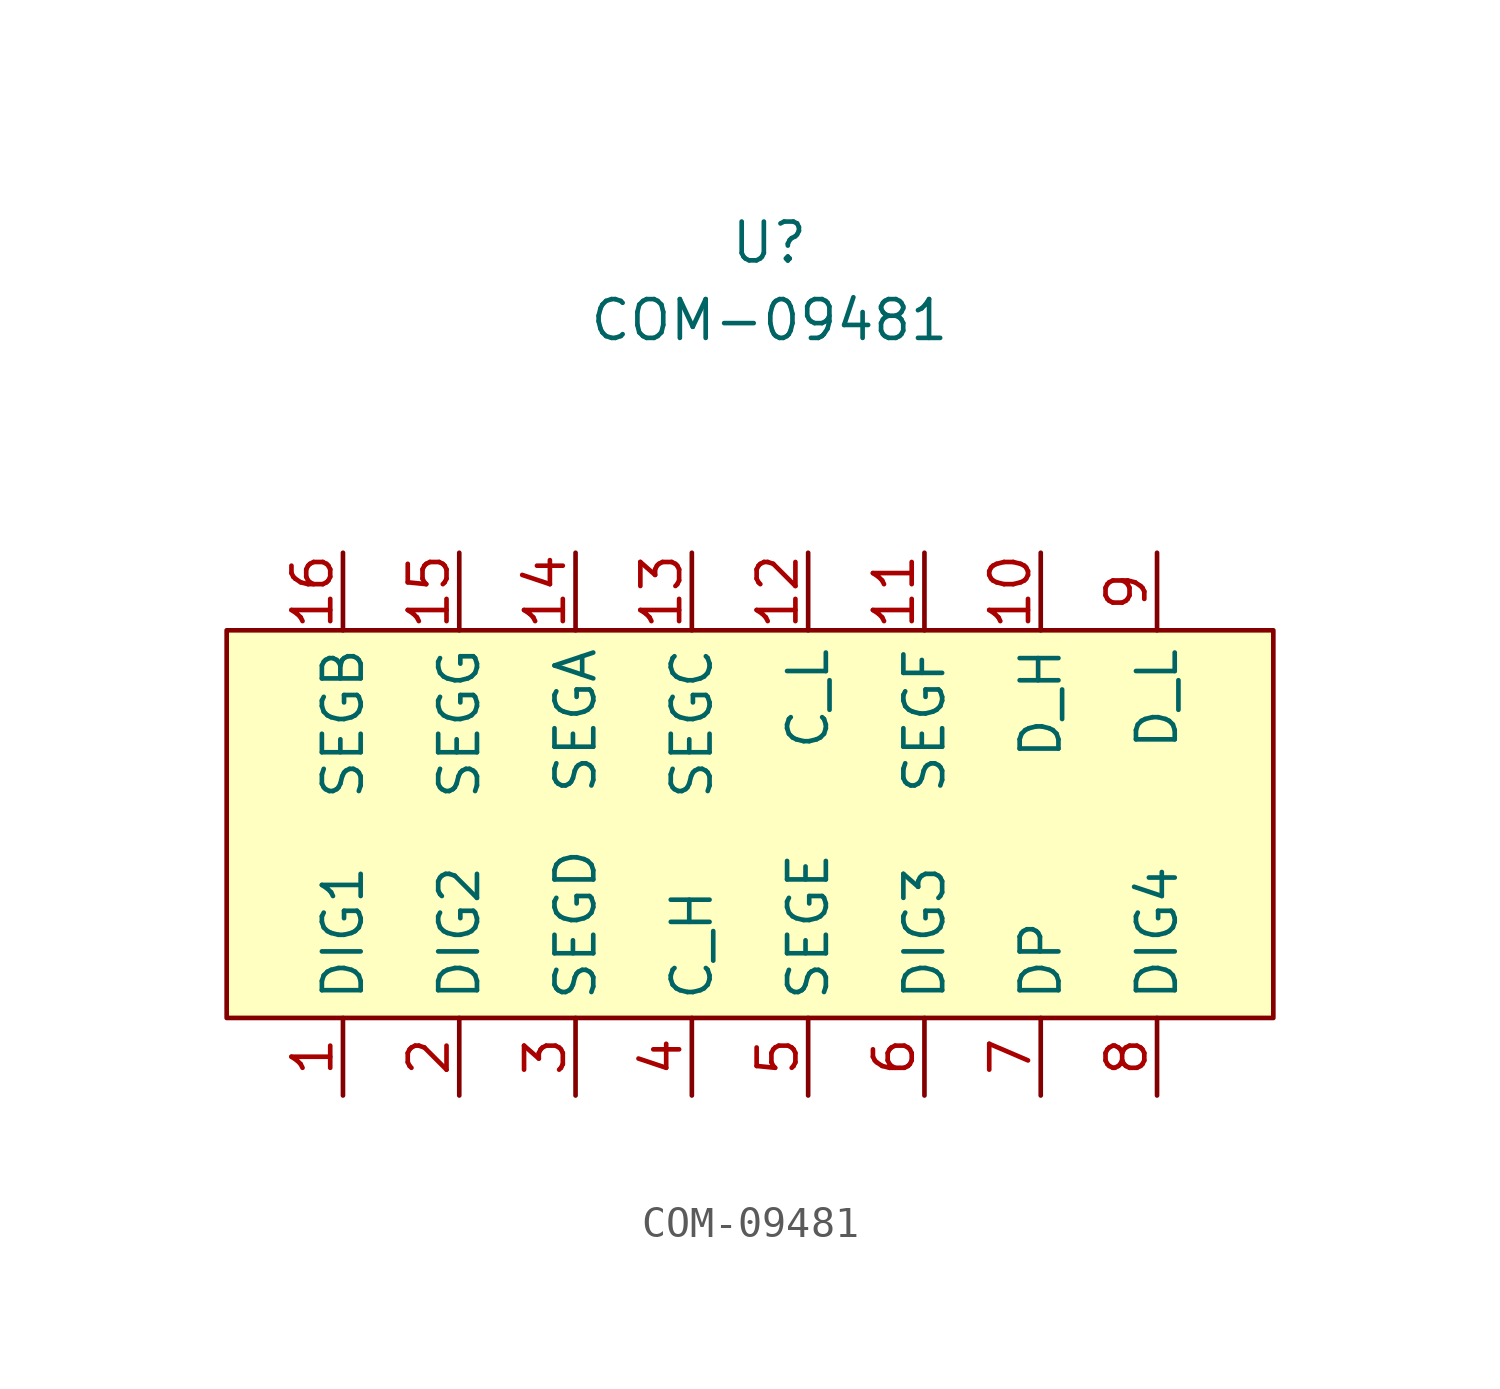
<source format=kicad_sym>
(kicad_symbol_lib
  (version 20211014)
  (generator kicad_symbol_editor)
  (symbol "COM-09481"
    (property "Reference" "U"
      (at 0 7.62 0)
      (effects (font (size 1.27 1.27))))
    (property "Value" "COM-09481"
      (at 0 5.08 0)
      (effects (font (size 1.27 1.27))))
    (symbol "COM-09481_0_1"
      (rectangle (start -17.78 -5.08) (end 16.51 -17.78) (stroke (width 0) (type default) (color 0 0 0 0)) (fill (type background))))
    (symbol "COM-09481_1_1"
      (pin input line (at -13.97 -20.32 90) (length 2.54) (name "DIG1" (effects (font (size 1.27 1.27)))) (number "1" (effects (font (size 1.27 1.27)))))
      (pin input line (at 8.89 -2.54 270) (length 2.54) (name "D_H" (effects (font (size 1.27 1.27)))) (number "10" (effects (font (size 1.27 1.27)))))
      (pin input line (at 5.08 -2.54 270) (length 2.54) (name "SEGF" (effects (font (size 1.27 1.27)))) (number "11" (effects (font (size 1.27 1.27)))))
      (pin input line (at 1.27 -2.54 270) (length 2.54) (name "C_L" (effects (font (size 1.27 1.27)))) (number "12" (effects (font (size 1.27 1.27)))))
      (pin input line (at -2.54 -2.54 270) (length 2.54) (name "SEGC" (effects (font (size 1.27 1.27)))) (number "13" (effects (font (size 1.27 1.27)))))
      (pin input line (at -6.35 -2.54 270) (length 2.54) (name "SEGA" (effects (font (size 1.27 1.27)))) (number "14" (effects (font (size 1.27 1.27)))))
      (pin input line (at -10.16 -2.54 270) (length 2.54) (name "SEGG" (effects (font (size 1.27 1.27)))) (number "15" (effects (font (size 1.27 1.27)))))
      (pin input line (at -13.97 -2.54 270) (length 2.54) (name "SEGB" (effects (font (size 1.27 1.27)))) (number "16" (effects (font (size 1.27 1.27)))))
      (pin input line (at -10.16 -20.32 90) (length 2.54) (name "DIG2" (effects (font (size 1.27 1.27)))) (number "2" (effects (font (size 1.27 1.27)))))
      (pin input line (at -6.35 -20.32 90) (length 2.54) (name "SEGD" (effects (font (size 1.27 1.27)))) (number "3" (effects (font (size 1.27 1.27)))))
      (pin input line (at -2.54 -20.32 90) (length 2.54) (name "C_H" (effects (font (size 1.27 1.27)))) (number "4" (effects (font (size 1.27 1.27)))))
      (pin input line (at 1.27 -20.32 90) (length 2.54) (name "SEGE" (effects (font (size 1.27 1.27)))) (number "5" (effects (font (size 1.27 1.27)))))
      (pin input line (at 5.08 -20.32 90) (length 2.54) (name "DIG3" (effects (font (size 1.27 1.27)))) (number "6" (effects (font (size 1.27 1.27)))))
      (pin input line (at 8.89 -20.32 90) (length 2.54) (name "DP" (effects (font (size 1.27 1.27)))) (number "7" (effects (font (size 1.27 1.27)))))
      (pin input line (at 12.7 -20.32 90) (length 2.54) (name "DIG4" (effects (font (size 1.27 1.27)))) (number "8" (effects (font (size 1.27 1.27)))))
      (pin input line (at 12.7 -2.54 270) (length 2.54) (name "D_L" (effects (font (size 1.27 1.27)))) (number "9" (effects (font (size 1.27 1.27))))))))
</source>
